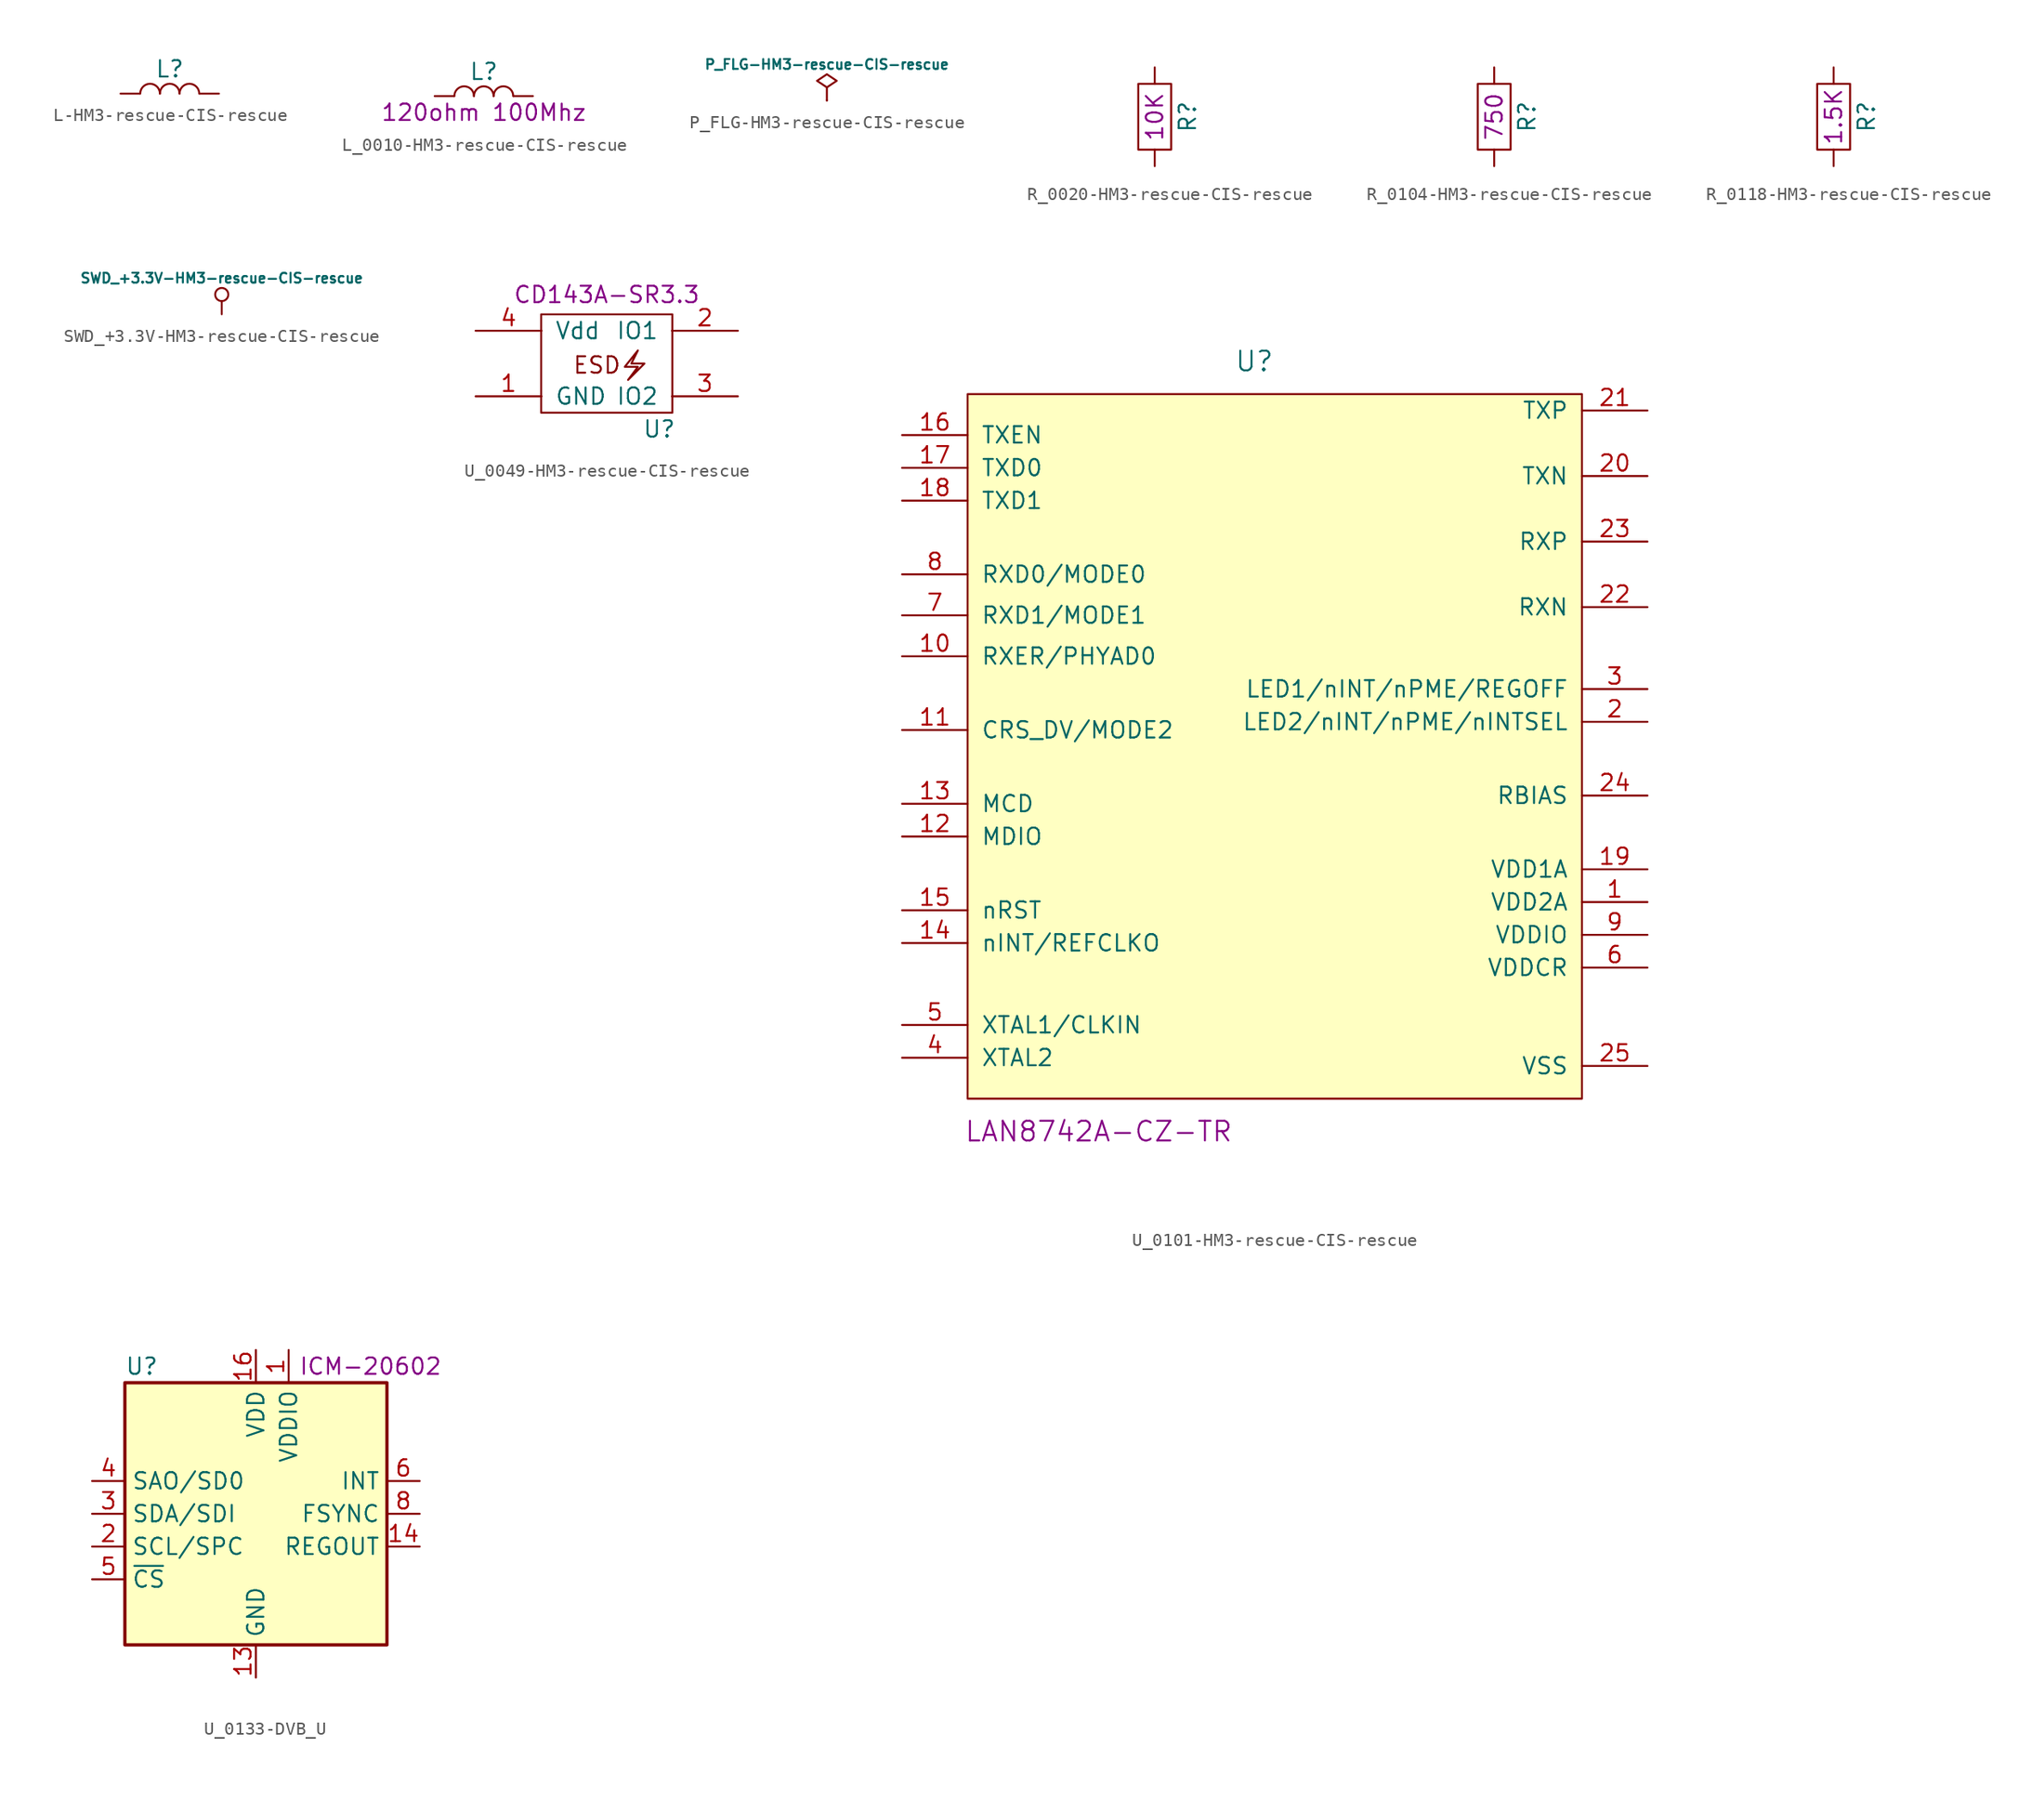
<source format=kicad_sym>
(kicad_symbol_lib
  (version 20220914)
  (generator kicad_symbol_editor)
  (symbol "L-HM3-rescue-CIS-rescue"
    (pin_numbers hide)
    (pin_names
      (offset 1.016) hide)
    (property "Reference" "L"
      (at 0 1.905 0)
      (effects (font (size 1.27 1.27))))
    (symbol "L-HM3-rescue-CIS-rescue_0_1"
      (arc (start -0.762 0) (mid -1.524 0.7587) (end -2.286 0) (stroke (width 0) (type solid)) (fill (type none)))
      (arc (start 0.762 0) (mid 0 0.7587) (end -0.762 0) (stroke (width 0) (type solid)) (fill (type none)))
      (arc (start 2.286 0) (mid 1.524 0.7587) (end 0.762 0) (stroke (width 0) (type solid)) (fill (type none))))
    (symbol "L-HM3-rescue-CIS-rescue_1_1"
      (pin passive line (at -3.81 0 0) (length 1.499) (name "1" (effects (font (size 1.27 1.27)))) (number "1" (effects (font (size 1.27 1.27)))))
      (pin passive line (at 3.81 0 180) (length 1.499) (name "2" (effects (font (size 1.27 1.27)))) (number "2" (effects (font (size 1.27 1.27)))))))
  (symbol "L_0010-HM3-rescue-CIS-rescue"
    (pin_numbers hide)
    (pin_names
      (offset 1.016) hide)
    (property "Reference" "L"
      (at 0 1.905 0)
      (effects (font (size 1.27 1.27))))
    (property "Field4" "120ohm 100Mhz"
      (at 0 -1.27 0)
      (effects (font (size 1.27 1.27))))
    (symbol "L_0010-HM3-rescue-CIS-rescue_0_1"
      (arc (start -0.762 0) (mid -1.524 0.7587) (end -2.286 0) (stroke (width 0) (type solid)) (fill (type none)))
      (arc (start 0.762 0) (mid 0 0.7587) (end -0.762 0) (stroke (width 0) (type solid)) (fill (type none)))
      (arc (start 2.286 0) (mid 1.524 0.7587) (end 0.762 0) (stroke (width 0) (type solid)) (fill (type none))))
    (symbol "L_0010-HM3-rescue-CIS-rescue_1_1"
      (pin passive line (at -3.81 0 0) (length 1.499) (name "1" (effects (font (size 1.27 1.27)))) (number "1" (effects (font (size 1.27 1.27)))))
      (pin passive line (at 3.81 0 180) (length 1.499) (name "2" (effects (font (size 1.27 1.27)))) (number "2" (effects (font (size 1.27 1.27)))))))
  (symbol "P_FLG-HM3-rescue-CIS-rescue"
    (power)
    (pin_numbers hide)
    (pin_names
      (offset 0) hide)
    (property "Reference" "#FLG"
      (at 0 -1.27 0)
      (effects (font (size 0.762 0.762)) hide))
    (property "Value" "P_FLG-HM3-rescue-CIS-rescue"
      (at 0 2.794 0)
      (effects (font (size 0.762 0.762))))
    (property "Footprint" ""
      (at 0 0 0)
      (effects (font (size 1.27 1.27))))
    (property "Datasheet" ""
      (at 0 0 0)
      (effects (font (size 1.27 1.27))))
    (symbol "P_FLG-HM3-rescue-CIS-rescue_0_0"
      (pin power_out line (at 0 0 90) (length 0) (name "pwr" (effects (font (size 1.27 1.27)))) (number "1" (effects (font (size 1.27 1.27))))))
    (symbol "P_FLG-HM3-rescue-CIS-rescue_0_1"
      (polyline (pts (xy 0 1.016) (xy 0 0)) (stroke (width 0) (type solid)) (fill (type none)))
      (polyline (pts (xy 0 1.016) (xy 0.762 1.524) (xy 0 2.032) (xy -0.762 1.524) (xy 0 1.016)) (stroke (width 0) (type solid)) (fill (type none)))))
  (symbol "R_0020-HM3-rescue-CIS-rescue"
    (pin_numbers hide)
    (pin_names
      (offset 0))
    (property "Reference" "R"
      (at 2.54 0 90)
      (effects (font (size 1.27 1.27))))
    (property "Field1" "10K"
      (at 0 0 90)
      (effects (font (size 1.27 1.27))))
    (symbol "R_0020-HM3-rescue-CIS-rescue_0_1"
      (rectangle (start -1.27 2.54) (end 1.27 -2.54) (stroke (width 0) (type solid)) (fill (type none))))
    (symbol "R_0020-HM3-rescue-CIS-rescue_1_1"
      (pin passive line (at 0 3.81 270) (length 1.27) (name "~" (effects (font (size 1.27 1.27)))) (number "1" (effects (font (size 1.27 1.27)))))
      (pin passive line (at 0 -3.81 90) (length 1.27) (name "~" (effects (font (size 1.27 1.27)))) (number "2" (effects (font (size 1.27 1.27)))))))
  (symbol "R_0104-HM3-rescue-CIS-rescue"
    (pin_numbers hide)
    (pin_names
      (offset 0))
    (property "Reference" "R"
      (at 2.54 0 90)
      (effects (font (size 1.27 1.27))))
    (property "Field1" "750"
      (at 0 0 90)
      (effects (font (size 1.27 1.27))))
    (symbol "R_0104-HM3-rescue-CIS-rescue_0_1"
      (rectangle (start -1.27 2.54) (end 1.27 -2.54) (stroke (width 0) (type solid)) (fill (type none))))
    (symbol "R_0104-HM3-rescue-CIS-rescue_1_1"
      (pin passive line (at 0 3.81 270) (length 1.27) (name "~" (effects (font (size 1.27 1.27)))) (number "1" (effects (font (size 1.27 1.27)))))
      (pin passive line (at 0 -3.81 90) (length 1.27) (name "~" (effects (font (size 1.27 1.27)))) (number "2" (effects (font (size 1.27 1.27)))))))
  (symbol "R_0118-HM3-rescue-CIS-rescue"
    (pin_numbers hide)
    (pin_names
      (offset 0))
    (property "Reference" "R"
      (at 2.54 0 90)
      (effects (font (size 1.27 1.27))))
    (property "Field1" "1.5K"
      (at 0 0 90)
      (effects (font (size 1.27 1.27))))
    (symbol "R_0118-HM3-rescue-CIS-rescue_0_1"
      (rectangle (start -1.27 2.54) (end 1.27 -2.54) (stroke (width 0) (type solid)) (fill (type none))))
    (symbol "R_0118-HM3-rescue-CIS-rescue_1_1"
      (pin passive line (at 0 3.81 270) (length 1.27) (name "~" (effects (font (size 1.27 1.27)))) (number "1" (effects (font (size 1.27 1.27)))))
      (pin passive line (at 0 -3.81 90) (length 1.27) (name "~" (effects (font (size 1.27 1.27)))) (number "2" (effects (font (size 1.27 1.27)))))))
  (symbol "SWD_+3.3V-HM3-rescue-CIS-rescue"
    (power)
    (pin_names
      (offset 0))
    (property "Reference" "#PWR"
      (at 0 -1.778 0)
      (effects (font (size 0.762 0.762)) hide))
    (property "Value" "SWD_+3.3V-HM3-rescue-CIS-rescue"
      (at 0 2.794 0)
      (effects (font (size 0.762 0.762))))
    (symbol "SWD_+3.3V-HM3-rescue-CIS-rescue_0_1"
      (polyline (pts (xy 0 0) (xy 0 1.016)) (stroke (width 0) (type solid)) (fill (type none)))
      (circle (center 0 1.524) (radius 0.508) (stroke (width 0) (type solid)) (fill (type none))))
    (symbol "SWD_+3.3V-HM3-rescue-CIS-rescue_1_1"
      (pin power_in line (at 0 0 180) (length 0) hide (name "SWD_+3.3V" (effects (font (size 0.762 0.762)))) (number "1" (effects (font (size 0.762 0.762)))))))
  (symbol "U_0049-HM3-rescue-CIS-rescue"
    (pin_names
      (offset 1.016))
    (property "Reference" "U"
      (at 4.064 -5.08 0)
      (effects (font (size 1.27 1.27))))
    (property "Field1" "CD143A-SR3.3"
      (at 0 5.334 0)
      (effects (font (size 1.27 1.27))))
    (symbol "U_0049-HM3-rescue-CIS-rescue_0_0"
      (rectangle (start -5.08 3.81) (end 5.08 -3.81) (stroke (width 0) (type solid)) (fill (type none)))
      (polyline (pts (xy 2.413 1.016) (xy 1.397 -0.254) (xy 2.413 -0.254) (xy 1.651 -1.27) (xy 2.921 0) (xy 1.905 0) (xy 2.159 0.508) (xy 2.413 1.016)) (stroke (width 0) (type solid)) (fill (type none)))
      (text "ESD" (at -0.762 -0.127 0) (effects (font (size 1.27 1.27)))))
    (symbol "U_0049-HM3-rescue-CIS-rescue_1_1"
      (pin input line (at -10.16 -2.54 0) (length 5.105) (name "GND" (effects (font (size 1.27 1.27)))) (number "1" (effects (font (size 1.27 1.27)))))
      (pin input line (at 10.16 2.54 180) (length 5.105) (name "IO1" (effects (font (size 1.27 1.27)))) (number "2" (effects (font (size 1.27 1.27)))))
      (pin input line (at 10.16 -2.54 180) (length 5.105) (name "IO2" (effects (font (size 1.27 1.27)))) (number "3" (effects (font (size 1.27 1.27)))))
      (pin input line (at -10.16 2.54 0) (length 5.105) (name "Vdd" (effects (font (size 1.27 1.27)))) (number "4" (effects (font (size 1.27 1.27)))))))
  (symbol "U_0101-HM3-rescue-CIS-rescue"
    (pin_names
      (offset 1.016))
    (property "Reference" "U"
      (at 0 22.86 0)
      (effects (font (size 1.524 1.524))))
    (property "Field4" "LAN8742A-CZ-TR"
      (at -12.065 -36.83 0)
      (effects (font (size 1.524 1.524))))
    (symbol "U_0101-HM3-rescue-CIS-rescue_0_1"
      (rectangle (start -22.225 20.32) (end 25.4 -34.29) (stroke (width 0) (type solid)) (fill (type background))))
    (symbol "U_0101-HM3-rescue-CIS-rescue_1_1"
      (pin bidirectional line (at 30.48 -19.05 180) (length 5.08) (name "VDD2A" (effects (font (size 1.27 1.27)))) (number "1" (effects (font (size 1.27 1.27)))))
      (pin bidirectional line (at -27.305 0 0) (length 5.08) (name "RXER/PHYAD0" (effects (font (size 1.27 1.27)))) (number "10" (effects (font (size 1.27 1.27)))))
      (pin bidirectional line (at -27.305 -5.715 0) (length 5.08) (name "CRS_DV/MODE2" (effects (font (size 1.27 1.27)))) (number "11" (effects (font (size 1.27 1.27)))))
      (pin bidirectional line (at -27.305 -13.97 0) (length 5.08) (name "MDIO" (effects (font (size 1.27 1.27)))) (number "12" (effects (font (size 1.27 1.27)))))
      (pin bidirectional line (at -27.305 -11.43 0) (length 5.08) (name "MCD" (effects (font (size 1.27 1.27)))) (number "13" (effects (font (size 1.27 1.27)))))
      (pin bidirectional line (at -27.305 -22.225 0) (length 5.08) (name "nINT/REFCLKO" (effects (font (size 1.27 1.27)))) (number "14" (effects (font (size 1.27 1.27)))))
      (pin bidirectional line (at -27.305 -19.685 0) (length 5.08) (name "nRST" (effects (font (size 1.27 1.27)))) (number "15" (effects (font (size 1.27 1.27)))))
      (pin bidirectional line (at -27.305 17.145 0) (length 5.08) (name "TXEN" (effects (font (size 1.27 1.27)))) (number "16" (effects (font (size 1.27 1.27)))))
      (pin bidirectional line (at -27.305 14.605 0) (length 5.08) (name "TXD0" (effects (font (size 1.27 1.27)))) (number "17" (effects (font (size 1.27 1.27)))))
      (pin bidirectional line (at -27.305 12.065 0) (length 5.08) (name "TXD1" (effects (font (size 1.27 1.27)))) (number "18" (effects (font (size 1.27 1.27)))))
      (pin bidirectional line (at 30.48 -16.51 180) (length 5.08) (name "VDD1A" (effects (font (size 1.27 1.27)))) (number "19" (effects (font (size 1.27 1.27)))))
      (pin bidirectional line (at 30.48 -5.08 180) (length 5.08) (name "LED2/nINT/nPME/nINTSEL" (effects (font (size 1.27 1.27)))) (number "2" (effects (font (size 1.27 1.27)))))
      (pin bidirectional line (at 30.48 13.97 180) (length 5.08) (name "TXN" (effects (font (size 1.27 1.27)))) (number "20" (effects (font (size 1.27 1.27)))))
      (pin bidirectional line (at 30.48 19.05 180) (length 5.08) (name "TXP" (effects (font (size 1.27 1.27)))) (number "21" (effects (font (size 1.27 1.27)))))
      (pin bidirectional line (at 30.48 3.81 180) (length 5.08) (name "RXN" (effects (font (size 1.27 1.27)))) (number "22" (effects (font (size 1.27 1.27)))))
      (pin bidirectional line (at 30.48 8.89 180) (length 5.08) (name "RXP" (effects (font (size 1.27 1.27)))) (number "23" (effects (font (size 1.27 1.27)))))
      (pin bidirectional line (at 30.48 -10.795 180) (length 5.08) (name "RBIAS" (effects (font (size 1.27 1.27)))) (number "24" (effects (font (size 1.27 1.27)))))
      (pin passive line (at 30.48 -31.75 180) (length 5.08) (name "VSS" (effects (font (size 1.27 1.27)))) (number "25" (effects (font (size 1.27 1.27)))))
      (pin bidirectional line (at 30.48 -2.54 180) (length 5.08) (name "LED1/nINT/nPME/REGOFF" (effects (font (size 1.27 1.27)))) (number "3" (effects (font (size 1.27 1.27)))))
      (pin bidirectional line (at -27.305 -31.115 0) (length 5.08) (name "XTAL2" (effects (font (size 1.27 1.27)))) (number "4" (effects (font (size 1.27 1.27)))))
      (pin bidirectional line (at -27.305 -28.575 0) (length 5.08) (name "XTAL1/CLKIN" (effects (font (size 1.27 1.27)))) (number "5" (effects (font (size 1.27 1.27)))))
      (pin bidirectional line (at 30.48 -24.13 180) (length 5.08) (name "VDDCR" (effects (font (size 1.27 1.27)))) (number "6" (effects (font (size 1.27 1.27)))))
      (pin bidirectional line (at -27.305 3.175 0) (length 5.08) (name "RXD1/MODE1" (effects (font (size 1.27 1.27)))) (number "7" (effects (font (size 1.27 1.27)))))
      (pin bidirectional line (at -27.305 6.35 0) (length 5.08) (name "RXD0/MODE0" (effects (font (size 1.27 1.27)))) (number "8" (effects (font (size 1.27 1.27)))))
      (pin passive line (at 30.48 -21.59 180) (length 5.08) (name "VDDIO" (effects (font (size 1.27 1.27)))) (number "9" (effects (font (size 1.27 1.27)))))))
  (symbol "U_0133-DVB_U"
    (property "Reference" "U"
      (at -10.16 11.43 0)
      (effects (font (size 1.27 1.27)) (justify left)))
    (property "Field4" "ICM-20602"
      (at 8.89 11.43 0)
      (effects (font (size 1.27 1.27))))
    (symbol "U_0133-DVB_U_0_1"
      (rectangle (start -10.16 10.16) (end 10.16 -10.16) (stroke (width 0.254) (type solid)) (fill (type background))))
    (symbol "U_0133-DVB_U_1_1"
      (pin power_in line (at 2.54 12.7 270) (length 2.54) (name "VDDIO" (effects (font (size 1.27 1.27)))) (number "1" (effects (font (size 1.27 1.27)))))
      (pin passive line (at 0 -12.7 90) (length 2.54) hide (name "GND" (effects (font (size 1.27 1.27)))) (number "10" (effects (font (size 1.27 1.27)))))
      (pin passive line (at 0 -12.7 90) (length 2.54) hide (name "GND" (effects (font (size 1.27 1.27)))) (number "11" (effects (font (size 1.27 1.27)))))
      (pin passive line (at 0 -12.7 90) (length 2.54) hide (name "GND" (effects (font (size 1.27 1.27)))) (number "12" (effects (font (size 1.27 1.27)))))
      (pin power_in line (at 0 -12.7 90) (length 2.54) (name "GND" (effects (font (size 1.27 1.27)))) (number "13" (effects (font (size 1.27 1.27)))))
      (pin passive line (at 12.7 -2.54 180) (length 2.54) (name "REGOUT" (effects (font (size 1.27 1.27)))) (number "14" (effects (font (size 1.27 1.27)))))
      (pin passive line (at 0 -12.7 90) (length 2.54) hide (name "GND" (effects (font (size 1.27 1.27)))) (number "15" (effects (font (size 1.27 1.27)))))
      (pin power_in line (at 0 12.7 270) (length 2.54) (name "VDD" (effects (font (size 1.27 1.27)))) (number "16" (effects (font (size 1.27 1.27)))))
      (pin input line (at -12.7 -2.54 0) (length 2.54) (name "SCL/SPC" (effects (font (size 1.27 1.27)))) (number "2" (effects (font (size 1.27 1.27)))))
      (pin bidirectional line (at -12.7 0 0) (length 2.54) (name "SDA/SDI" (effects (font (size 1.27 1.27)))) (number "3" (effects (font (size 1.27 1.27)))))
      (pin bidirectional line (at -12.7 2.54 0) (length 2.54) (name "SAO/SD0" (effects (font (size 1.27 1.27)))) (number "4" (effects (font (size 1.27 1.27)))))
      (pin input line (at -12.7 -5.08 0) (length 2.54) (name "~{CS}" (effects (font (size 1.27 1.27)))) (number "5" (effects (font (size 1.27 1.27)))))
      (pin output line (at 12.7 2.54 180) (length 2.54) (name "INT" (effects (font (size 1.27 1.27)))) (number "6" (effects (font (size 1.27 1.27)))))
      (pin no_connect line (at -10.16 5.08 0) (length 2.54) hide (name "RESV" (effects (font (size 1.27 1.27)))) (number "7" (effects (font (size 1.27 1.27)))))
      (pin input line (at 12.7 0 180) (length 2.54) (name "FSYNC" (effects (font (size 1.27 1.27)))) (number "8" (effects (font (size 1.27 1.27)))))
      (pin passive line (at 0 -12.7 90) (length 2.54) hide (name "GND" (effects (font (size 1.27 1.27)))) (number "9" (effects (font (size 1.27 1.27))))))))
</source>
